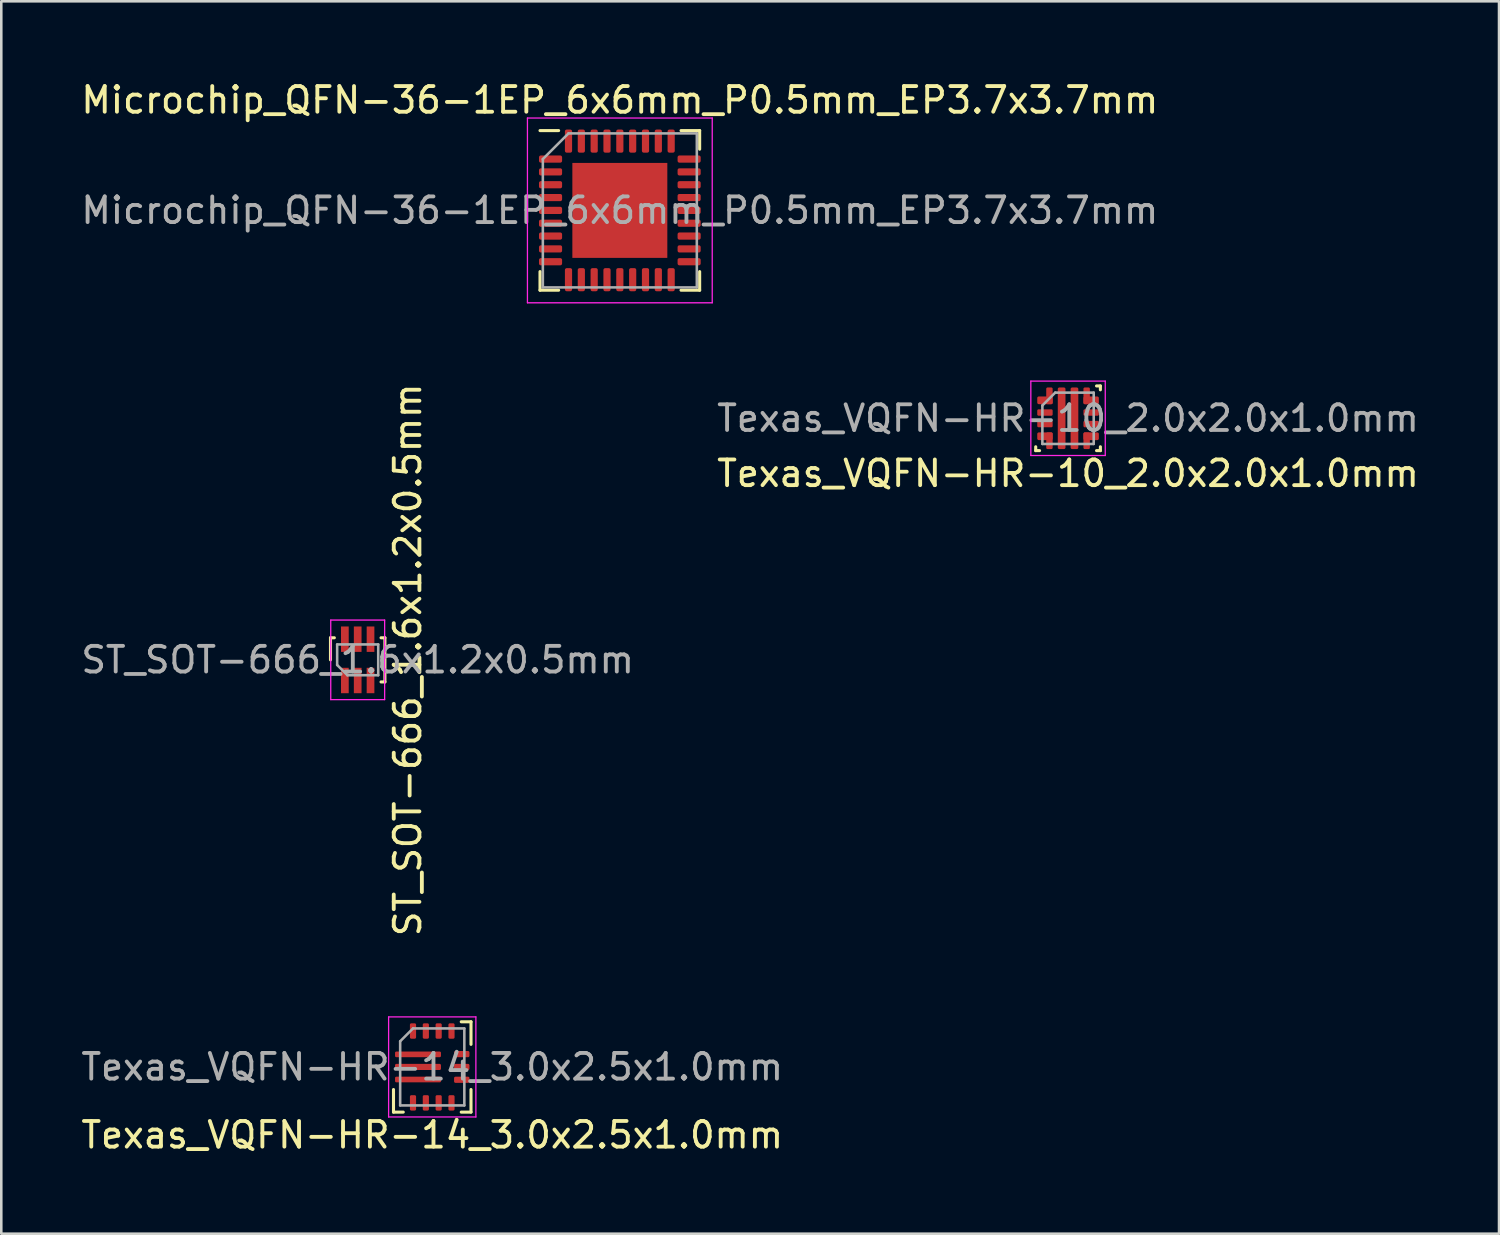
<source format=kicad_pcb>
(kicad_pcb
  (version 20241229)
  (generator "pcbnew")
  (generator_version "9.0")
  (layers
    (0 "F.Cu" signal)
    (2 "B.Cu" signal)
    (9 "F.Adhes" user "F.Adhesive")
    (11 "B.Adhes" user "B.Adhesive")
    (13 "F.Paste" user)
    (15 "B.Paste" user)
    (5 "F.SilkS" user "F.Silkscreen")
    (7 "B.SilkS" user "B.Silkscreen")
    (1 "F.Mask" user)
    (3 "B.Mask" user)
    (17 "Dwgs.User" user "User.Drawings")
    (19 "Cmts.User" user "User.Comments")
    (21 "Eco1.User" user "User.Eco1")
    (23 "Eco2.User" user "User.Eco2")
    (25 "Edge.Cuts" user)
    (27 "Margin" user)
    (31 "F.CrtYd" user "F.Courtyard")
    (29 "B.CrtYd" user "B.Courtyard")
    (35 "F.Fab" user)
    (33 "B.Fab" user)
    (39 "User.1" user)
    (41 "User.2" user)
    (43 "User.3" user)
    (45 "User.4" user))
  (footprint "ST_SOT-666_1.6x1.2x0.5mm"
    (layer "F.Cu")
    (at 10.887 22.66)
    (property "Reference" "ST_SOT-666_1.6x1.2x0.5mm" (at 1.95 0 270) (layer "F.SilkS") (effects (font (size 1 1) (thickness 0.15))))
    (attr through_hole)
    (fp_line (start -1.06 -0.86) (end -0.91 -0.86) (stroke (width 0.12) (type solid)) (layer "F.SilkS"))
    (fp_line (start -1.06 0) (end -1.06 -0.86) (stroke (width 0.12) (type solid)) (layer "F.SilkS"))
    (fp_line (start 1.06 -0.86) (end 0.91 -0.86) (stroke (width 0.12) (type solid)) (layer "F.SilkS"))
    (fp_line (start 1.06 -0.86) (end 1.06 0.86) (stroke (width 0.12) (type solid)) (layer "F.SilkS"))
    (fp_line (start 1.06 0.86) (end 0.91 0.86) (stroke (width 0.12) (type solid)) (layer "F.SilkS"))
    (fp_line (start -1.05 1.55) (end -1.05 -1.55) (stroke (width 0.05) (type solid)) (layer "F.CrtYd"))
    (fp_line (start -1.05 1.55) (end 1.05 1.55) (stroke (width 0.05) (type solid)) (layer "F.CrtYd"))
    (fp_line (start 1.05 -1.55) (end -1.05 -1.55) (stroke (width 0.05) (type solid)) (layer "F.CrtYd"))
    (fp_line (start 1.05 -1.55) (end 1.05 1.55) (stroke (width 0.05) (type solid)) (layer "F.CrtYd"))
    (fp_line (start -0.8 -0.6) (end -0.8 0.2) (stroke (width 0.1) (type solid)) (layer "F.Fab"))
    (fp_line (start -0.8 -0.6) (end 0.8 -0.6) (stroke (width 0.1) (type solid)) (layer "F.Fab"))
    (fp_line (start -0.8 0.2) (end -0.4 0.6) (stroke (width 0.1) (type solid)) (layer "F.Fab"))
    (fp_line (start 0.8 0.6) (end -0.4 0.6) (stroke (width 0.1) (type solid)) (layer "F.Fab"))
    (fp_line (start 0.8 0.6) (end 0.8 -0.6) (stroke (width 0.1) (type solid)) (layer "F.Fab"))
    (fp_text user "${REFERENCE}" (at 0 0 0) (layer "F.Fab") (effects (font (size 1 1) (thickness 0.15))))
    (pad "1" smd rect (at -0.5 0.805) (size 0.3 0.99) (layers "F.Cu" "F.Mask" "F.Paste"))
    (pad "2" smd rect (at 0 0.805) (size 0.3 0.99) (layers "F.Cu" "F.Mask" "F.Paste"))
    (pad "3" smd rect (at 0.5 0.805) (size 0.3 0.99) (layers "F.Cu" "F.Mask" "F.Paste"))
    (pad "4" smd rect (at 0.5 -0.805) (size 0.3 0.99) (layers "F.Cu" "F.Mask" "F.Paste"))
    (pad "5" smd rect (at 0 -0.805) (size 0.3 0.99) (layers "F.Cu" "F.Mask" "F.Paste"))
    (pad "6" smd rect (at -0.5 -0.805) (size 0.3 0.99) (layers "F.Cu" "F.Mask" "F.Paste")))
  (footprint "Microchip_QFN-36-1EP_6x6mm_P0.5mm_EP3.7x3.7mm"
    (layer "F.Cu")
    (at 21.101 5.148)
    (property "Reference" "Microchip_QFN-36-1EP_6x6mm_P0.5mm_EP3.7x3.7mm" (at 0 -4.3 0) (layer "F.SilkS") (effects (font (size 1 1) (thickness 0.15))))
    (attr smd)
    (fp_line (start -3.11 3.11) (end -3.11 2.385) (stroke (width 0.12) (type solid)) (layer "F.SilkS"))
    (fp_line (start -2.385 -3.11) (end -3.11 -3.11) (stroke (width 0.12) (type solid)) (layer "F.SilkS"))
    (fp_line (start -2.385 3.11) (end -3.11 3.11) (stroke (width 0.12) (type solid)) (layer "F.SilkS"))
    (fp_line (start 2.385 -3.11) (end 3.11 -3.11) (stroke (width 0.12) (type solid)) (layer "F.SilkS"))
    (fp_line (start 2.385 3.11) (end 3.11 3.11) (stroke (width 0.12) (type solid)) (layer "F.SilkS"))
    (fp_line (start 3.11 -3.11) (end 3.11 -2.385) (stroke (width 0.12) (type solid)) (layer "F.SilkS"))
    (fp_line (start 3.11 3.11) (end 3.11 2.385) (stroke (width 0.12) (type solid)) (layer "F.SilkS"))
    (fp_line (start -3.6 -3.6) (end -3.6 3.6) (stroke (width 0.05) (type solid)) (layer "F.CrtYd"))
    (fp_line (start -3.6 3.6) (end 3.6 3.6) (stroke (width 0.05) (type solid)) (layer "F.CrtYd"))
    (fp_line (start 3.6 -3.6) (end -3.6 -3.6) (stroke (width 0.05) (type solid)) (layer "F.CrtYd"))
    (fp_line (start 3.6 3.6) (end 3.6 -3.6) (stroke (width 0.05) (type solid)) (layer "F.CrtYd"))
    (fp_line (start -3 -2) (end -2 -3) (stroke (width 0.1) (type solid)) (layer "F.Fab"))
    (fp_line (start -3 3) (end -3 -2) (stroke (width 0.1) (type solid)) (layer "F.Fab"))
    (fp_line (start -2 -3) (end 3 -3) (stroke (width 0.1) (type solid)) (layer "F.Fab"))
    (fp_line (start 3 -3) (end 3 3) (stroke (width 0.1) (type solid)) (layer "F.Fab"))
    (fp_line (start 3 3) (end -3 3) (stroke (width 0.1) (type solid)) (layer "F.Fab"))
    (fp_text user "${REFERENCE}" (at 0 0 0) (layer "F.Fab") (effects (font (size 1 1) (thickness 0.15))))
    (pad "" smd roundrect (at -1.23 -1.23) (size 0.99 0.99) (layers "F.Paste") (roundrect_rratio 0.25))
    (pad "" smd roundrect (at -1.23 0) (size 0.99 0.99) (layers "F.Paste") (roundrect_rratio 0.25))
    (pad "" smd roundrect (at -1.23 1.23) (size 0.99 0.99) (layers "F.Paste") (roundrect_rratio 0.25))
    (pad "" smd roundrect (at 0 -1.23) (size 0.99 0.99) (layers "F.Paste") (roundrect_rratio 0.25))
    (pad "" smd roundrect (at 0 0) (size 0.99 0.99) (layers "F.Paste") (roundrect_rratio 0.25))
    (pad "" smd roundrect (at 0 1.23) (size 0.99 0.99) (layers "F.Paste") (roundrect_rratio 0.25))
    (pad "" smd roundrect (at 1.23 -1.23) (size 0.99 0.99) (layers "F.Paste") (roundrect_rratio 0.25))
    (pad "" smd roundrect (at 1.23 0) (size 0.99 0.99) (layers "F.Paste") (roundrect_rratio 0.25))
    (pad "" smd roundrect (at 1.23 1.23) (size 0.99 0.99) (layers "F.Paste") (roundrect_rratio 0.25))
    (pad "1" smd roundrect (at -2.7 -2) (size 0.9 0.28) (layers "F.Cu" "F.Mask" "F.Paste") (roundrect_rratio 0.25))
    (pad "2" smd roundrect (at -2.7 -1.5) (size 0.9 0.28) (layers "F.Cu" "F.Mask" "F.Paste") (roundrect_rratio 0.25))
    (pad "3" smd roundrect (at -2.7 -1) (size 0.9 0.28) (layers "F.Cu" "F.Mask" "F.Paste") (roundrect_rratio 0.25))
    (pad "4" smd roundrect (at -2.7 -0.5) (size 0.9 0.28) (layers "F.Cu" "F.Mask" "F.Paste") (roundrect_rratio 0.25))
    (pad "5" smd roundrect (at -2.7 0) (size 0.9 0.28) (layers "F.Cu" "F.Mask" "F.Paste") (roundrect_rratio 0.25))
    (pad "6" smd roundrect (at -2.7 0.5) (size 0.9 0.28) (layers "F.Cu" "F.Mask" "F.Paste") (roundrect_rratio 0.25))
    (pad "7" smd roundrect (at -2.7 1) (size 0.9 0.28) (layers "F.Cu" "F.Mask" "F.Paste") (roundrect_rratio 0.25))
    (pad "8" smd roundrect (at -2.7 1.5) (size 0.9 0.28) (layers "F.Cu" "F.Mask" "F.Paste") (roundrect_rratio 0.25))
    (pad "9" smd roundrect (at -2.7 2) (size 0.9 0.28) (layers "F.Cu" "F.Mask" "F.Paste") (roundrect_rratio 0.25))
    (pad "10" smd roundrect (at -2 2.7) (size 0.28 0.9) (layers "F.Cu" "F.Mask" "F.Paste") (roundrect_rratio 0.25))
    (pad "11" smd roundrect (at -1.5 2.7) (size 0.28 0.9) (layers "F.Cu" "F.Mask" "F.Paste") (roundrect_rratio 0.25))
    (pad "12" smd roundrect (at -1 2.7) (size 0.28 0.9) (layers "F.Cu" "F.Mask" "F.Paste") (roundrect_rratio 0.25))
    (pad "13" smd roundrect (at -0.5 2.7) (size 0.28 0.9) (layers "F.Cu" "F.Mask" "F.Paste") (roundrect_rratio 0.25))
    (pad "14" smd roundrect (at 0 2.7) (size 0.28 0.9) (layers "F.Cu" "F.Mask" "F.Paste") (roundrect_rratio 0.25))
    (pad "15" smd roundrect (at 0.5 2.7) (size 0.28 0.9) (layers "F.Cu" "F.Mask" "F.Paste") (roundrect_rratio 0.25))
    (pad "16" smd roundrect (at 1 2.7) (size 0.28 0.9) (layers "F.Cu" "F.Mask" "F.Paste") (roundrect_rratio 0.25))
    (pad "17" smd roundrect (at 1.5 2.7) (size 0.28 0.9) (layers "F.Cu" "F.Mask" "F.Paste") (roundrect_rratio 0.25))
    (pad "18" smd roundrect (at 2 2.7) (size 0.28 0.9) (layers "F.Cu" "F.Mask" "F.Paste") (roundrect_rratio 0.25))
    (pad "19" smd roundrect (at 2.7 2) (size 0.9 0.28) (layers "F.Cu" "F.Mask" "F.Paste") (roundrect_rratio 0.25))
    (pad "20" smd roundrect (at 2.7 1.5) (size 0.9 0.28) (layers "F.Cu" "F.Mask" "F.Paste") (roundrect_rratio 0.25))
    (pad "21" smd roundrect (at 2.7 1) (size 0.9 0.28) (layers "F.Cu" "F.Mask" "F.Paste") (roundrect_rratio 0.25))
    (pad "22" smd roundrect (at 2.7 0.5) (size 0.9 0.28) (layers "F.Cu" "F.Mask" "F.Paste") (roundrect_rratio 0.25))
    (pad "23" smd roundrect (at 2.7 0) (size 0.9 0.28) (layers "F.Cu" "F.Mask" "F.Paste") (roundrect_rratio 0.25))
    (pad "24" smd roundrect (at 2.7 -0.5) (size 0.9 0.28) (layers "F.Cu" "F.Mask" "F.Paste") (roundrect_rratio 0.25))
    (pad "25" smd roundrect (at 2.7 -1) (size 0.9 0.28) (layers "F.Cu" "F.Mask" "F.Paste") (roundrect_rratio 0.25))
    (pad "26" smd roundrect (at 2.7 -1.5) (size 0.9 0.28) (layers "F.Cu" "F.Mask" "F.Paste") (roundrect_rratio 0.25))
    (pad "27" smd roundrect (at 2.7 -2) (size 0.9 0.28) (layers "F.Cu" "F.Mask" "F.Paste") (roundrect_rratio 0.25))
    (pad "28" smd roundrect (at 2 -2.7) (size 0.28 0.9) (layers "F.Cu" "F.Mask" "F.Paste") (roundrect_rratio 0.25))
    (pad "29" smd roundrect (at 1.5 -2.7) (size 0.28 0.9) (layers "F.Cu" "F.Mask" "F.Paste") (roundrect_rratio 0.25))
    (pad "30" smd roundrect (at 1 -2.7) (size 0.28 0.9) (layers "F.Cu" "F.Mask" "F.Paste") (roundrect_rratio 0.25))
    (pad "31" smd roundrect (at 0.5 -2.7) (size 0.28 0.9) (layers "F.Cu" "F.Mask" "F.Paste") (roundrect_rratio 0.25))
    (pad "32" smd roundrect (at 0 -2.7) (size 0.28 0.9) (layers "F.Cu" "F.Mask" "F.Paste") (roundrect_rratio 0.25))
    (pad "33" smd roundrect (at -0.5 -2.7) (size 0.28 0.9) (layers "F.Cu" "F.Mask" "F.Paste") (roundrect_rratio 0.25))
    (pad "34" smd roundrect (at -1 -2.7) (size 0.28 0.9) (layers "F.Cu" "F.Mask" "F.Paste") (roundrect_rratio 0.25))
    (pad "35" smd roundrect (at -1.5 -2.7) (size 0.28 0.9) (layers "F.Cu" "F.Mask" "F.Paste") (roundrect_rratio 0.25))
    (pad "36" smd roundrect (at -2 -2.7) (size 0.28 0.9) (layers "F.Cu" "F.Mask" "F.Paste") (roundrect_rratio 0.25))
    (pad "37" smd rect (at 0 0) (size 3.7 3.7) (layers "F.Cu" "F.Mask")))
  (footprint "Texas_VQFN-HR-10_2.0x2.0x1.0mm"
    (layer "F.Cu")
    (at 38.565 13.248)
    (property "Reference" "Texas_VQFN-HR-10_2.0x2.0x1.0mm" (at 0 2.15 0) (layer "F.SilkS") (effects (font (size 1 1) (thickness 0.15))))
    (attr through_hole)
    (fp_line (start -1.26 1.11) (end -1.26 1.26) (stroke (width 0.12) (type solid)) (layer "F.SilkS"))
    (fp_line (start -1.11 1.26) (end -1.26 1.26) (stroke (width 0.12) (type solid)) (layer "F.SilkS"))
    (fp_line (start 1.11 -1.26) (end 1.26 -1.26) (stroke (width 0.12) (type solid)) (layer "F.SilkS"))
    (fp_line (start 1.11 1.26) (end 1.26 1.26) (stroke (width 0.12) (type solid)) (layer "F.SilkS"))
    (fp_line (start 1.26 -1.11) (end 1.26 -1.26) (stroke (width 0.12) (type solid)) (layer "F.SilkS"))
    (fp_line (start 1.26 1.11) (end 1.26 1.26) (stroke (width 0.12) (type solid)) (layer "F.SilkS"))
    (fp_line (start -1.45 -1.45) (end -1.45 1.45) (stroke (width 0.05) (type solid)) (layer "F.CrtYd"))
    (fp_line (start -1.45 -1.45) (end 1.45 -1.45) (stroke (width 0.05) (type solid)) (layer "F.CrtYd"))
    (fp_line (start 1.45 1.45) (end -1.45 1.45) (stroke (width 0.05) (type solid)) (layer "F.CrtYd"))
    (fp_line (start 1.45 1.45) (end 1.45 -1.45) (stroke (width 0.05) (type solid)) (layer "F.CrtYd"))
    (fp_line (start -1 -0.5) (end -1 1) (stroke (width 0.1) (type solid)) (layer "F.Fab"))
    (fp_line (start -0.5 -1) (end -1 -0.5) (stroke (width 0.1) (type solid)) (layer "F.Fab"))
    (fp_line (start -0.5 -1) (end 1 -1) (stroke (width 0.1) (type solid)) (layer "F.Fab"))
    (fp_line (start 1 1) (end -1 1) (stroke (width 0.1) (type solid)) (layer "F.Fab"))
    (fp_line (start 1 1) (end 1 -1) (stroke (width 0.1) (type solid)) (layer "F.Fab"))
    (fp_text user "${REFERENCE}" (at 0 0 0) (layer "F.Fab") (effects (font (size 1 1) (thickness 0.15))))
    (pad "1" smd roundrect (at -0.9 -0.7 180) (size 0.6 0.3) (layers "F.Cu" "F.Mask" "F.Paste") (roundrect_rratio 0.2))
    (pad "1" smd roundrect (at -0.725 -0.875 180) (size 0.25 0.65) (layers "F.Cu" "F.Mask" "F.Paste") (roundrect_rratio 0.2))
    (pad "2" smd roundrect (at -0.9 -0.225) (size 0.6 0.25) (layers "F.Cu" "F.Mask" "F.Paste") (roundrect_rratio 0.2))
    (pad "3" smd roundrect (at -0.9 0.225) (size 0.6 0.25) (layers "F.Cu" "F.Mask" "F.Paste") (roundrect_rratio 0.2))
    (pad "4" smd roundrect (at -0.9 0.7 180) (size 0.6 0.3) (layers "F.Cu" "F.Mask" "F.Paste") (roundrect_rratio 0.2))
    (pad "4" smd roundrect (at -0.725 0.875 180) (size 0.25 0.65) (layers "F.Cu" "F.Mask" "F.Paste") (roundrect_rratio 0.2))
    (pad "5" smd roundrect (at -0.25 0) (size 0.3 2.4) (layers "F.Cu" "F.Mask" "F.Paste") (roundrect_rratio 0.2))
    (pad "6" smd roundrect (at 0.25 0) (size 0.3 2.4) (layers "F.Cu" "F.Mask" "F.Paste") (roundrect_rratio 0.2))
    (pad "7" smd roundrect (at 0.725 0.875 180) (size 0.25 0.65) (layers "F.Cu" "F.Mask" "F.Paste") (roundrect_rratio 0.2))
    (pad "7" smd roundrect (at 0.9 0.7 180) (size 0.6 0.3) (layers "F.Cu" "F.Mask" "F.Paste") (roundrect_rratio 0.2))
    (pad "8" smd roundrect (at 0.9 0.225) (size 0.6 0.25) (layers "F.Cu" "F.Mask" "F.Paste") (roundrect_rratio 0.2))
    (pad "9" smd roundrect (at 0.9 -0.225) (size 0.6 0.25) (layers "F.Cu" "F.Mask" "F.Paste") (roundrect_rratio 0.2))
    (pad "10" smd roundrect (at 0.725 -0.875 180) (size 0.25 0.65) (layers "F.Cu" "F.Mask" "F.Paste") (roundrect_rratio 0.2))
    (pad "10" smd roundrect (at 0.9 -0.7 180) (size 0.6 0.3) (layers "F.Cu" "F.Mask" "F.Paste") (roundrect_rratio 0.2)))
  (footprint "Texas_VQFN-HR-14_3.0x2.5x1.0mm"
    (layer "F.Cu")
    (at 13.792 38.522)
    (property "Reference" "Texas_VQFN-HR-14_3.0x2.5x1.0mm" (at 0 2.65 0) (layer "F.SilkS") (effects (font (size 1 1) (thickness 0.15))))
    (attr through_hole)
    (fp_line (start -1.51 0.88) (end -1.51 1.76) (stroke (width 0.12) (type solid)) (layer "F.SilkS"))
    (fp_line (start -1.13 1.76) (end -1.51 1.76) (stroke (width 0.12) (type solid)) (layer "F.SilkS"))
    (fp_line (start 1.13 -1.76) (end 1.51 -1.76) (stroke (width 0.12) (type solid)) (layer "F.SilkS"))
    (fp_line (start 1.13 1.76) (end 1.51 1.76) (stroke (width 0.12) (type solid)) (layer "F.SilkS"))
    (fp_line (start 1.51 -0.88) (end 1.51 -1.76) (stroke (width 0.12) (type solid)) (layer "F.SilkS"))
    (fp_line (start 1.51 0.88) (end 1.51 1.76) (stroke (width 0.12) (type solid)) (layer "F.SilkS"))
    (fp_line (start -1.7 -1.95) (end -1.7 1.95) (stroke (width 0.05) (type solid)) (layer "F.CrtYd"))
    (fp_line (start -1.7 -1.95) (end 1.7 -1.95) (stroke (width 0.05) (type solid)) (layer "F.CrtYd"))
    (fp_line (start 1.7 1.95) (end -1.7 1.95) (stroke (width 0.05) (type solid)) (layer "F.CrtYd"))
    (fp_line (start 1.7 1.95) (end 1.7 -1.95) (stroke (width 0.05) (type solid)) (layer "F.CrtYd"))
    (fp_line (start -1.25 -1) (end -1.25 1.5) (stroke (width 0.1) (type solid)) (layer "F.Fab"))
    (fp_line (start -0.75 -1.5) (end -1.25 -1) (stroke (width 0.1) (type solid)) (layer "F.Fab"))
    (fp_line (start -0.75 -1.5) (end 1.25 -1.5) (stroke (width 0.1) (type solid)) (layer "F.Fab"))
    (fp_line (start 1.25 1.5) (end -1.25 1.5) (stroke (width 0.1) (type solid)) (layer "F.Fab"))
    (fp_line (start 1.25 1.5) (end 1.25 -1.5) (stroke (width 0.1) (type solid)) (layer "F.Fab"))
    (fp_text user "${REFERENCE}" (at 0 0 0) (layer "F.Fab") (effects (font (size 1 1) (thickness 0.15))))
    (pad "1" smd roundrect (at -0.555 -0.49) (size 1.79 0.22) (layers "F.Cu" "F.Mask" "F.Paste") (roundrect_rratio 0.227))
    (pad "2" smd roundrect (at -0.555 0) (size 1.79 0.24) (layers "F.Cu" "F.Mask" "F.Paste") (roundrect_rratio 0.227))
    (pad "3" smd roundrect (at -0.555 0.49) (size 1.79 0.22) (layers "F.Cu" "F.Mask" "F.Paste") (roundrect_rratio 0.227))
    (pad "4" smd roundrect (at -0.75 1.4) (size 0.24 0.6) (layers "F.Cu" "F.Mask" "F.Paste") (roundrect_rratio 0.227))
    (pad "5" smd roundrect (at -0.25 1.4) (size 0.24 0.6) (layers "F.Cu" "F.Mask" "F.Paste") (roundrect_rratio 0.227))
    (pad "6" smd roundrect (at 0.25 1.4) (size 0.24 0.6) (layers "F.Cu" "F.Mask" "F.Paste") (roundrect_rratio 0.227))
    (pad "7" smd roundrect (at 0.75 1.4) (size 0.24 0.6) (layers "F.Cu" "F.Mask" "F.Paste") (roundrect_rratio 0.227))
    (pad "8" smd roundrect (at 1.15 0.5 90) (size 0.24 0.6) (layers "F.Cu" "F.Mask" "F.Paste") (roundrect_rratio 0.227))
    (pad "9" smd roundrect (at 1.15 0 90) (size 0.24 0.6) (layers "F.Cu" "F.Mask" "F.Paste") (roundrect_rratio 0.227))
    (pad "10" smd roundrect (at 1.15 -0.5 90) (size 0.24 0.6) (layers "F.Cu" "F.Mask" "F.Paste") (roundrect_rratio 0.227))
    (pad "11" smd roundrect (at 0.75 -1.4) (size 0.24 0.6) (layers "F.Cu" "F.Mask" "F.Paste") (roundrect_rratio 0.227))
    (pad "12" smd roundrect (at 0.25 -1.4) (size 0.24 0.6) (layers "F.Cu" "F.Mask" "F.Paste") (roundrect_rratio 0.227))
    (pad "13" smd roundrect (at -0.25 -1.4) (size 0.24 0.6) (layers "F.Cu" "F.Mask" "F.Paste") (roundrect_rratio 0.227))
    (pad "14" smd roundrect (at -0.75 -1.4) (size 0.24 0.6) (layers "F.Cu" "F.Mask" "F.Paste") (roundrect_rratio 0.227)))
  (gr_rect
    (start -3 -3)
    (end 55.357 45.02)
    (stroke (width 0.1) (type default))
    (fill no)
    (layer "Edge.Cuts")))
</source>
